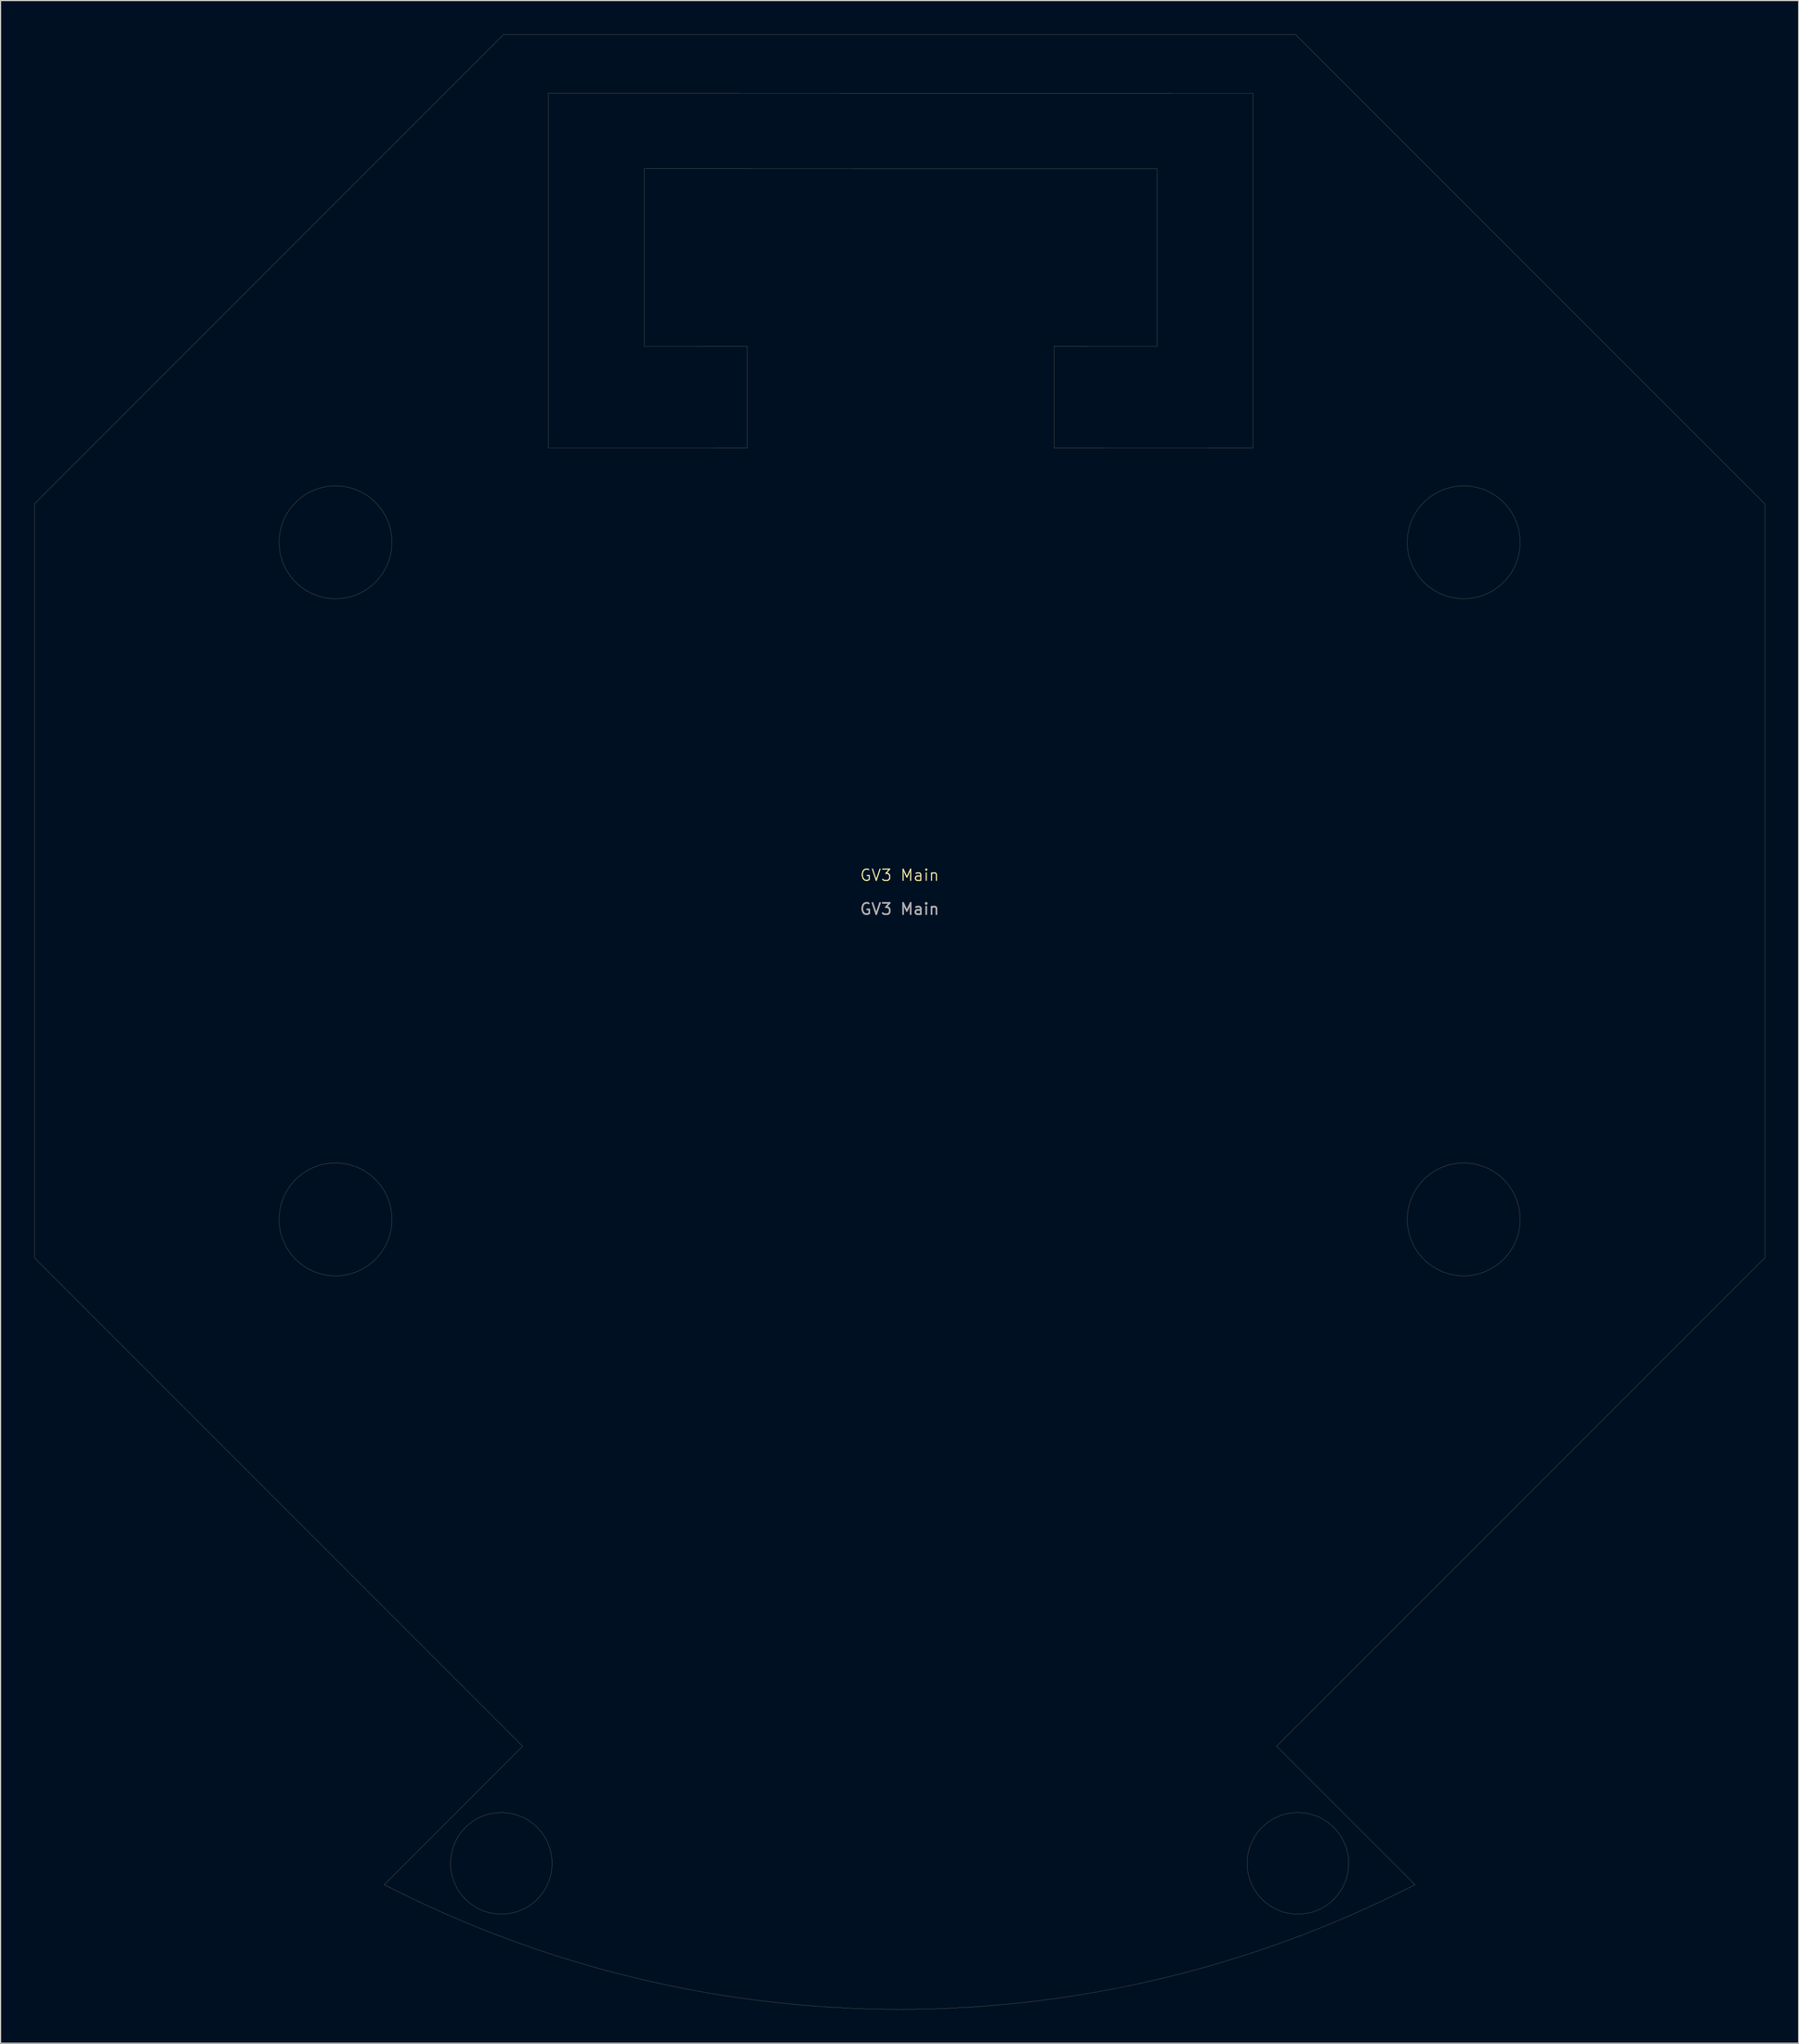
<source format=kicad_pcb>
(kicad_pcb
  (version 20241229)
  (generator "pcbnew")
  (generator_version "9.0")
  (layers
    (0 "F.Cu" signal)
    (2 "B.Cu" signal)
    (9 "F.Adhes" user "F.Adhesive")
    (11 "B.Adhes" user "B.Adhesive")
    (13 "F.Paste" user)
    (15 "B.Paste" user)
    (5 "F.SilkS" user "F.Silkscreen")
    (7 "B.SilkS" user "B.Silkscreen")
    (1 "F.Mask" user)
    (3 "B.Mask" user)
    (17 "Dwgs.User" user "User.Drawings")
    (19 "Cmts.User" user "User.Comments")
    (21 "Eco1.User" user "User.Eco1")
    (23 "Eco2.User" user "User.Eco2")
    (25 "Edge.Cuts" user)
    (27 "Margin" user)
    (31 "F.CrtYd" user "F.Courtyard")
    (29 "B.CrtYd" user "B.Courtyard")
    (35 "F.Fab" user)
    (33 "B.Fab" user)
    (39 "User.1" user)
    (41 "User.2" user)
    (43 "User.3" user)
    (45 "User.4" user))
  (footprint "GV3 Main"
    (layer "F.Cu")
    (at 76.691 75.005)
    (property "Reference" "GV3 Main" (at 0 -0.5 0) (unlocked yes) (layer "F.SilkS") (effects (font (size 1 1) (thickness 0.1))))
    (attr smd)
    (fp_line (start -76.686 -33.411) (end -76.686 33.411) (stroke (width 0.01) (type solid)) (layer "F.SilkS"))
    (fp_line (start -76.686 33.411) (end -33.411 76.686) (stroke (width 0.01) (type solid)) (layer "F.SilkS"))
    (fp_line (start -35.097 -75) (end -76.686 -33.411) (stroke (width 0.01) (type solid)) (layer "F.SilkS"))
    (fp_line (start -33.411 76.686) (end -45.681 88.956) (stroke (width 0.01) (type solid)) (layer "F.SilkS"))
    (fp_line (start -31.14 -38.367) (end -31.138 -69.802) (stroke (width 0.01) (type solid)) (layer "F.SilkS"))
    (fp_line (start -31.138 -69.802) (end -20.638 -69.802) (stroke (width 0.01) (type solid)) (layer "F.SilkS"))
    (fp_line (start -22.64 -38.367) (end -31.14 -38.367) (stroke (width 0.01) (type solid)) (layer "F.SilkS"))
    (fp_line (start -22.639 -47.367) (end -13.497 -47.366) (stroke (width 0.01) (type solid)) (layer "F.SilkS"))
    (fp_line (start -22.638 -63.102) (end -22.639 -47.367) (stroke (width 0.01) (type solid)) (layer "F.SilkS"))
    (fp_line (start -20.638 -63.102) (end -22.638 -63.102) (stroke (width 0.01) (type solid)) (layer "F.SilkS"))
    (fp_line (start -20.638 -69.802) (end -3.638 -69.8) (stroke (width 0.01) (type solid)) (layer "F.SilkS"))
    (fp_line (start -13.497 -38.366) (end -22.64 -38.367) (stroke (width 0.01) (type solid)) (layer "F.SilkS"))
    (fp_line (start -13.497 -47.366) (end -13.497 -38.366) (stroke (width 0.01) (type solid)) (layer "F.SilkS"))
    (fp_line (start -3.638 -63.1) (end -20.638 -63.102) (stroke (width 0.01) (type solid)) (layer "F.SilkS"))
    (fp_line (start -3.638 -69.8) (end 31.334 -69.798) (stroke (width 0.01) (type solid)) (layer "F.SilkS"))
    (fp_line (start 13.689 -38.365) (end 13.69 -47.365) (stroke (width 0.01) (type solid)) (layer "F.SilkS"))
    (fp_line (start 13.69 -47.365) (end 22.833 -47.364) (stroke (width 0.01) (type solid)) (layer "F.SilkS"))
    (fp_line (start 22.832 -38.364) (end 13.689 -38.365) (stroke (width 0.01) (type solid)) (layer "F.SilkS"))
    (fp_line (start 22.833 -47.364) (end 22.834 -63.099) (stroke (width 0.01) (type solid)) (layer "F.SilkS"))
    (fp_line (start 22.834 -63.099) (end -3.638 -63.1) (stroke (width 0.01) (type solid)) (layer "F.SilkS"))
    (fp_line (start 31.332 -38.363) (end 22.832 -38.364) (stroke (width 0.01) (type solid)) (layer "F.SilkS"))
    (fp_line (start 31.334 -69.798) (end 31.332 -38.363) (stroke (width 0.01) (type solid)) (layer "F.SilkS"))
    (fp_line (start 33.411 76.686) (end 76.686 33.411) (stroke (width 0.01) (type solid)) (layer "F.SilkS"))
    (fp_line (start 35.097 -75) (end -35.097 -75) (stroke (width 0.01) (type solid)) (layer "F.SilkS"))
    (fp_line (start 45.681 88.956) (end 33.411 76.686) (stroke (width 0.01) (type solid)) (layer "F.SilkS"))
    (fp_line (start 76.686 -33.411) (end 35.097 -75) (stroke (width 0.01) (type solid)) (layer "F.SilkS"))
    (fp_line (start 76.686 33.411) (end 76.686 -33.411) (stroke (width 0.01) (type solid)) (layer "F.SilkS"))
    (fp_arc (start 45.681326 88.956257) (mid 0 99.999996) (end -45.681326 88.956257) (stroke (width 0.01) (type solid)) (layer "F.SilkS"))
    (fp_circle (center -50 -30) (end -45 -30) (stroke (width 0.01) (type solid)) (fill no) (layer "F.SilkS"))
    (fp_circle (center -50 30) (end -45 30) (stroke (width 0.01) (type solid)) (fill no) (layer "F.SilkS"))
    (fp_circle (center -35.303 87.064) (end -30.803 87.064) (stroke (width 0.01) (type solid)) (fill no) (layer "F.SilkS"))
    (fp_circle (center 35.303 87.064) (end 39.803 87.064) (stroke (width 0.01) (type solid)) (fill no) (layer "F.SilkS"))
    (fp_circle (center 50 -30) (end 55 -30) (stroke (width 0.01) (type solid)) (fill no) (layer "F.SilkS"))
    (fp_circle (center 50 30) (end 55 30) (stroke (width 0.01) (type solid)) (fill no) (layer "F.SilkS"))
    (fp_text user "${REFERENCE}" (at 0 2.5 0) (unlocked yes) (layer "F.Fab") (effects (font (size 1 1) (thickness 0.15)))))
  (gr_rect
    (start -3 -3)
    (end 156.381 178.01)
    (stroke (width 0.1) (type default))
    (fill no)
    (layer "Edge.Cuts")))
</source>
